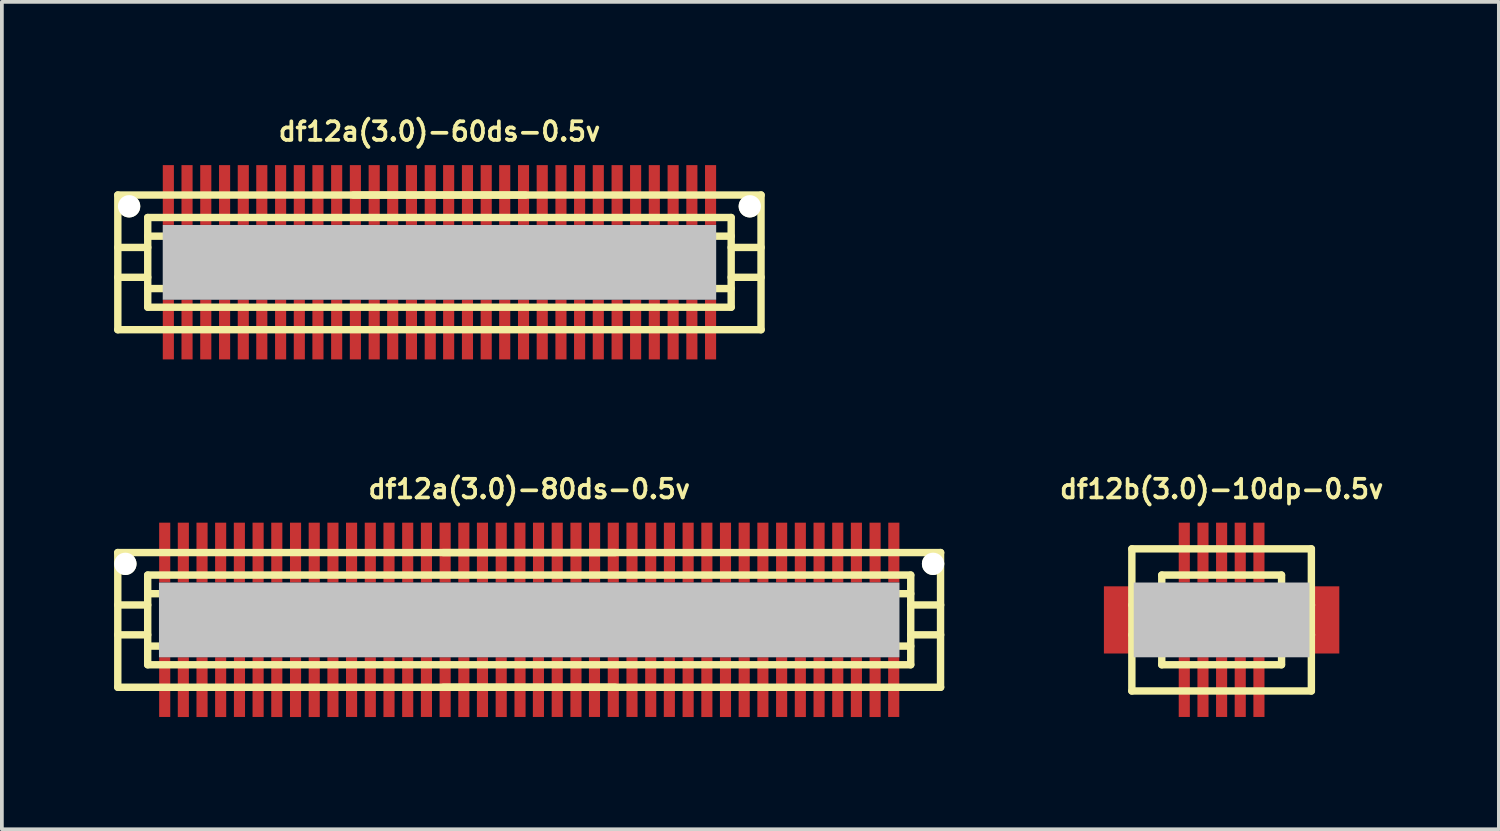
<source format=kicad_pcb>
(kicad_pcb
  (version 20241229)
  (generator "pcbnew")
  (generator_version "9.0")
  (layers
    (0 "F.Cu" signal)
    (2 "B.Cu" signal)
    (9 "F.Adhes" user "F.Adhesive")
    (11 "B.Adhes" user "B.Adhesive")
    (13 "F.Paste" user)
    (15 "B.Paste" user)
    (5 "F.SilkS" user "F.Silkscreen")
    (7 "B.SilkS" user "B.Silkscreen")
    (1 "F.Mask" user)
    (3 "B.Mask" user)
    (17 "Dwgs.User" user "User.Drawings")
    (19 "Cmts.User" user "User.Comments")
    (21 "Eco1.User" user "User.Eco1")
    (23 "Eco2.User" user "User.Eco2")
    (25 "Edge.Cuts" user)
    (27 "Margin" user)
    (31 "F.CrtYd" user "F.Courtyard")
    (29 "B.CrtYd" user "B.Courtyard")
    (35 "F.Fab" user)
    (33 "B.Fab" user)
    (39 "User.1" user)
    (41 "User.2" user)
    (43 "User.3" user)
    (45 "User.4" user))
  (footprint "df12a(3.0)-60ds-0.5v"
    (layer "F.Cu")
    (at 8.7 3.965)
    (property "Reference" "df12a(3.0)-60ds-0.5v" (at 0 -3.5 0) (layer "F.SilkS") (effects (font (size 0.498 0.498) (thickness 0.099))))
    (attr smd)
    (fp_line (start -8.6 -1.801) (end 8.6 -1.801) (stroke (width 0.198) (type solid)) (layer "F.SilkS"))
    (fp_line (start -8.6 1.801) (end -8.6 -1.801) (stroke (width 0.198) (type solid)) (layer "F.SilkS"))
    (fp_line (start -8.6 1.801) (end 8.6 1.801) (stroke (width 0.198) (type solid)) (layer "F.SilkS"))
    (fp_line (start -7.8 -0.701) (end 7.8 -0.701) (stroke (width 0.198) (type solid)) (layer "F.SilkS"))
    (fp_line (start -7.8 -0.399) (end -8.6 -0.399) (stroke (width 0.198) (type solid)) (layer "F.SilkS"))
    (fp_line (start -7.8 0.399) (end -8.6 0.399) (stroke (width 0.198) (type solid)) (layer "F.SilkS"))
    (fp_line (start -7.8 0.701) (end 7.8 0.701) (stroke (width 0.198) (type solid)) (layer "F.SilkS"))
    (fp_line (start -7.8 1.199) (end -7.8 -1.199) (stroke (width 0.198) (type solid)) (layer "F.SilkS"))
    (fp_line (start -2.301 -1.801) (end 2.301 -1.801) (stroke (width 0.198) (type solid)) (layer "F.SilkS"))
    (fp_line (start 7.8 -1.199) (end -7.8 -1.199) (stroke (width 0.198) (type solid)) (layer "F.SilkS"))
    (fp_line (start 7.8 -1.199) (end 7.8 1.199) (stroke (width 0.198) (type solid)) (layer "F.SilkS"))
    (fp_line (start 7.8 -0.399) (end 8.6 -0.399) (stroke (width 0.198) (type solid)) (layer "F.SilkS"))
    (fp_line (start 7.8 1.199) (end -7.8 1.199) (stroke (width 0.198) (type solid)) (layer "F.SilkS"))
    (fp_line (start 8.598 -1.801) (end 8.598 1.801) (stroke (width 0.198) (type solid)) (layer "F.SilkS"))
    (fp_line (start 8.6 0.399) (end 7.8 0.399) (stroke (width 0.198) (type solid)) (layer "F.SilkS"))
    (pad "" np_thru_hole circle (at -8.298 -1.499) (size 0.597 0.597) (drill 0.597) (layers "*.Cu" "*.Mask" "F.SilkS"))
    (pad "" smd rect (at 0 0) (size 14.798 1.999) (layers "Dwgs.User"))
    (pad "" np_thru_hole circle (at 8.298 -1.499) (size 0.597 0.597) (drill 0.597) (layers "*.Cu" "*.Mask" "F.SilkS"))
    (pad "1" smd rect (at -7.249 1.796) (size 0.297 1.598) (layers "F.Cu" "F.Mask" "F.Paste"))
    (pad "2" smd rect (at -6.749 1.796) (size 0.297 1.598) (layers "F.Cu" "F.Mask" "F.Paste"))
    (pad "3" smd rect (at -6.248 1.796) (size 0.297 1.598) (layers "F.Cu" "F.Mask" "F.Paste"))
    (pad "4" smd rect (at -5.745 1.796) (size 0.297 1.598) (layers "F.Cu" "F.Mask" "F.Paste"))
    (pad "5" smd rect (at -5.245 1.796) (size 0.297 1.598) (layers "F.Cu" "F.Mask" "F.Paste"))
    (pad "6" smd rect (at -4.75 1.796) (size 0.297 1.598) (layers "F.Cu" "F.Mask" "F.Paste"))
    (pad "7" smd rect (at -4.247 1.796) (size 0.297 1.598) (layers "F.Cu" "F.Mask" "F.Paste"))
    (pad "8" smd rect (at -3.747 1.796) (size 0.297 1.598) (layers "F.Cu" "F.Mask" "F.Paste"))
    (pad "9" smd rect (at -3.249 1.796) (size 0.297 1.598) (layers "F.Cu" "F.Mask" "F.Paste"))
    (pad "10" smd rect (at -2.748 1.796) (size 0.297 1.598) (layers "F.Cu" "F.Mask" "F.Paste"))
    (pad "11" smd rect (at -2.248 1.796) (size 0.297 1.598) (layers "F.Cu" "F.Mask" "F.Paste"))
    (pad "12" smd rect (at -1.745 1.796) (size 0.297 1.598) (layers "F.Cu" "F.Mask" "F.Paste"))
    (pad "13" smd rect (at -1.25 1.796) (size 0.297 1.598) (layers "F.Cu" "F.Mask" "F.Paste"))
    (pad "14" smd rect (at -0.749 1.796) (size 0.297 1.598) (layers "F.Cu" "F.Mask" "F.Paste"))
    (pad "15" smd rect (at -0.246 1.796) (size 0.297 1.598) (layers "F.Cu" "F.Mask" "F.Paste"))
    (pad "16" smd rect (at 0.246 1.796) (size 0.297 1.598) (layers "F.Cu" "F.Mask" "F.Paste"))
    (pad "17" smd rect (at 0.749 1.796) (size 0.297 1.598) (layers "F.Cu" "F.Mask" "F.Paste"))
    (pad "18" smd rect (at 1.25 1.796) (size 0.297 1.598) (layers "F.Cu" "F.Mask" "F.Paste"))
    (pad "19" smd rect (at 1.745 1.796) (size 0.297 1.598) (layers "F.Cu" "F.Mask" "F.Paste"))
    (pad "20" smd rect (at 2.248 1.796) (size 0.297 1.598) (layers "F.Cu" "F.Mask" "F.Paste"))
    (pad "21" smd rect (at 2.748 1.796) (size 0.297 1.598) (layers "F.Cu" "F.Mask" "F.Paste"))
    (pad "22" smd rect (at 3.249 1.796) (size 0.297 1.598) (layers "F.Cu" "F.Mask" "F.Paste"))
    (pad "23" smd rect (at 3.747 1.796) (size 0.297 1.598) (layers "F.Cu" "F.Mask" "F.Paste"))
    (pad "24" smd rect (at 4.247 1.796) (size 0.297 1.598) (layers "F.Cu" "F.Mask" "F.Paste"))
    (pad "25" smd rect (at 4.75 1.796) (size 0.297 1.598) (layers "F.Cu" "F.Mask" "F.Paste"))
    (pad "26" smd rect (at 5.245 1.796) (size 0.297 1.598) (layers "F.Cu" "F.Mask" "F.Paste"))
    (pad "27" smd rect (at 5.745 1.796) (size 0.297 1.598) (layers "F.Cu" "F.Mask" "F.Paste"))
    (pad "28" smd rect (at 6.248 1.796) (size 0.297 1.598) (layers "F.Cu" "F.Mask" "F.Paste"))
    (pad "29" smd rect (at 6.749 1.796) (size 0.297 1.598) (layers "F.Cu" "F.Mask" "F.Paste"))
    (pad "30" smd rect (at 7.249 1.796) (size 0.297 1.598) (layers "F.Cu" "F.Mask" "F.Paste"))
    (pad "31" smd rect (at 7.249 -1.801) (size 0.297 1.598) (layers "F.Cu" "F.Mask" "F.Paste"))
    (pad "32" smd rect (at 6.749 -1.801) (size 0.297 1.598) (layers "F.Cu" "F.Mask" "F.Paste"))
    (pad "33" smd rect (at 6.248 -1.801) (size 0.297 1.598) (layers "F.Cu" "F.Mask" "F.Paste"))
    (pad "34" smd rect (at 5.745 -1.801) (size 0.297 1.598) (layers "F.Cu" "F.Mask" "F.Paste"))
    (pad "35" smd rect (at 5.245 -1.801) (size 0.297 1.598) (layers "F.Cu" "F.Mask" "F.Paste"))
    (pad "36" smd rect (at 4.75 -1.801) (size 0.297 1.598) (layers "F.Cu" "F.Mask" "F.Paste"))
    (pad "37" smd rect (at 4.247 -1.801) (size 0.297 1.598) (layers "F.Cu" "F.Mask" "F.Paste"))
    (pad "38" smd rect (at 3.747 -1.801) (size 0.297 1.598) (layers "F.Cu" "F.Mask" "F.Paste"))
    (pad "39" smd rect (at 3.249 -1.801) (size 0.297 1.598) (layers "F.Cu" "F.Mask" "F.Paste"))
    (pad "40" smd rect (at 2.748 -1.801) (size 0.297 1.598) (layers "F.Cu" "F.Mask" "F.Paste"))
    (pad "41" smd rect (at 2.248 -1.801) (size 0.297 1.598) (layers "F.Cu" "F.Mask" "F.Paste"))
    (pad "42" smd rect (at 1.745 -1.801) (size 0.297 1.598) (layers "F.Cu" "F.Mask" "F.Paste"))
    (pad "43" smd rect (at 1.25 -1.801) (size 0.297 1.598) (layers "F.Cu" "F.Mask" "F.Paste"))
    (pad "44" smd rect (at 0.749 -1.801) (size 0.297 1.598) (layers "F.Cu" "F.Mask" "F.Paste"))
    (pad "45" smd rect (at 0.246 -1.801) (size 0.297 1.598) (layers "F.Cu" "F.Mask" "F.Paste"))
    (pad "46" smd rect (at -0.246 -1.801) (size 0.297 1.598) (layers "F.Cu" "F.Mask" "F.Paste"))
    (pad "47" smd rect (at -0.749 -1.801) (size 0.297 1.598) (layers "F.Cu" "F.Mask" "F.Paste"))
    (pad "48" smd rect (at -1.25 -1.801) (size 0.297 1.598) (layers "F.Cu" "F.Mask" "F.Paste"))
    (pad "49" smd rect (at -1.745 -1.801) (size 0.297 1.598) (layers "F.Cu" "F.Mask" "F.Paste"))
    (pad "50" smd rect (at -2.248 -1.801) (size 0.297 1.598) (layers "F.Cu" "F.Mask" "F.Paste"))
    (pad "51" smd rect (at -2.748 -1.801) (size 0.297 1.598) (layers "F.Cu" "F.Mask" "F.Paste"))
    (pad "52" smd rect (at -3.249 -1.801) (size 0.297 1.598) (layers "F.Cu" "F.Mask" "F.Paste"))
    (pad "53" smd rect (at -3.747 -1.801) (size 0.297 1.598) (layers "F.Cu" "F.Mask" "F.Paste"))
    (pad "54" smd rect (at -4.247 -1.801) (size 0.297 1.598) (layers "F.Cu" "F.Mask" "F.Paste"))
    (pad "55" smd rect (at -4.75 -1.801) (size 0.297 1.598) (layers "F.Cu" "F.Mask" "F.Paste"))
    (pad "56" smd rect (at -5.245 -1.801) (size 0.297 1.598) (layers "F.Cu" "F.Mask" "F.Paste"))
    (pad "57" smd rect (at -5.745 -1.801) (size 0.297 1.598) (layers "F.Cu" "F.Mask" "F.Paste"))
    (pad "58" smd rect (at -6.248 -1.801) (size 0.297 1.598) (layers "F.Cu" "F.Mask" "F.Paste"))
    (pad "59" smd rect (at -6.749 -1.801) (size 0.297 1.598) (layers "F.Cu" "F.Mask" "F.Paste"))
    (pad "60" smd rect (at -7.249 -1.801) (size 0.297 1.598) (layers "F.Cu" "F.Mask" "F.Paste")))
  (footprint "df12b(3.0)-10dp-0.5v"
    (layer "F.Cu")
    (at 29.613 13.525)
    (property "Reference" "df12b(3.0)-10dp-0.5v" (at 0 -3.5 0) (layer "F.SilkS") (effects (font (size 0.498 0.498) (thickness 0.099))))
    (attr smd)
    (fp_line (start -2.4 -1.9) (end -2.4 1.9) (stroke (width 0.198) (type solid)) (layer "F.SilkS"))
    (fp_line (start -2.4 -1.9) (end 2.4 -1.9) (stroke (width 0.198) (type solid)) (layer "F.SilkS"))
    (fp_line (start -1.6 -0.399) (end -2.4 -0.399) (stroke (width 0.198) (type solid)) (layer "F.SilkS"))
    (fp_line (start -1.6 0.399) (end -2.4 0.399) (stroke (width 0.198) (type solid)) (layer "F.SilkS"))
    (fp_line (start -1.6 1.199) (end -1.6 -1.199) (stroke (width 0.198) (type solid)) (layer "F.SilkS"))
    (fp_line (start -1.6 1.199) (end 1.6 1.199) (stroke (width 0.198) (type solid)) (layer "F.SilkS"))
    (fp_line (start 1.6 -1.199) (end -1.6 -1.199) (stroke (width 0.198) (type solid)) (layer "F.SilkS"))
    (fp_line (start 1.603 -1.199) (end 1.603 1.199) (stroke (width 0.198) (type solid)) (layer "F.SilkS"))
    (fp_line (start 1.603 -0.399) (end 2.403 -0.399) (stroke (width 0.198) (type solid)) (layer "F.SilkS"))
    (fp_line (start 2.4 1.9) (end -2.4 1.9) (stroke (width 0.198) (type solid)) (layer "F.SilkS"))
    (fp_line (start 2.4 1.9) (end 2.4 -1.9) (stroke (width 0.198) (type solid)) (layer "F.SilkS"))
    (fp_line (start 2.403 0.399) (end 1.603 0.399) (stroke (width 0.198) (type solid)) (layer "F.SilkS"))
    (pad "" smd rect (at -2.748 0) (size 0.798 1.796) (layers "F.Cu" "F.Mask" "F.Paste"))
    (pad "" smd rect (at 0 0) (size 4.699 1.999) (layers "Dwgs.User"))
    (pad "" smd rect (at 2.748 0) (size 0.798 1.796) (layers "F.Cu" "F.Mask" "F.Paste"))
    (pad "1" smd rect (at 0.998 1.796) (size 0.297 1.598) (layers "F.Cu" "F.Mask" "F.Paste"))
    (pad "2" smd rect (at 0.498 1.796) (size 0.297 1.598) (layers "F.Cu" "F.Mask" "F.Paste"))
    (pad "3" smd rect (at 0 1.796) (size 0.297 1.598) (layers "F.Cu" "F.Mask" "F.Paste"))
    (pad "4" smd rect (at -0.498 1.796) (size 0.297 1.598) (layers "F.Cu" "F.Mask" "F.Paste"))
    (pad "5" smd rect (at -0.998 1.796) (size 0.297 1.598) (layers "F.Cu" "F.Mask" "F.Paste"))
    (pad "6" smd rect (at -0.998 -1.801) (size 0.297 1.598) (layers "F.Cu" "F.Mask" "F.Paste"))
    (pad "7" smd rect (at -0.498 -1.801) (size 0.297 1.598) (layers "F.Cu" "F.Mask" "F.Paste"))
    (pad "8" smd rect (at 0 -1.801) (size 0.297 1.598) (layers "F.Cu" "F.Mask" "F.Paste"))
    (pad "9" smd rect (at 0.498 -1.801) (size 0.297 1.598) (layers "F.Cu" "F.Mask" "F.Paste"))
    (pad "10" smd rect (at 0.998 -1.801) (size 0.297 1.598) (layers "F.Cu" "F.Mask" "F.Paste")))
  (footprint "df12a(3.0)-80ds-0.5v"
    (layer "F.Cu")
    (at 11.1 13.525)
    (property "Reference" "df12a(3.0)-80ds-0.5v" (at 0 -3.5 0) (layer "F.SilkS") (effects (font (size 0.498 0.498) (thickness 0.099))))
    (attr smd)
    (fp_line (start -11.001 -1.801) (end 11.001 -1.801) (stroke (width 0.198) (type solid)) (layer "F.SilkS"))
    (fp_line (start -11.001 1.801) (end -11.001 -1.801) (stroke (width 0.198) (type solid)) (layer "F.SilkS"))
    (fp_line (start -10.201 -0.399) (end -11.001 -0.399) (stroke (width 0.198) (type solid)) (layer "F.SilkS"))
    (fp_line (start -10.201 0.399) (end -11.001 0.399) (stroke (width 0.198) (type solid)) (layer "F.SilkS"))
    (fp_line (start -10.201 0.701) (end 10.201 0.701) (stroke (width 0.198) (type solid)) (layer "F.SilkS"))
    (fp_line (start -10.201 1.199) (end -10.201 -1.199) (stroke (width 0.198) (type solid)) (layer "F.SilkS"))
    (fp_line (start -10.201 1.199) (end 10.201 1.199) (stroke (width 0.198) (type solid)) (layer "F.SilkS"))
    (fp_line (start -2.301 -1.801) (end 2.301 -1.801) (stroke (width 0.198) (type solid)) (layer "F.SilkS"))
    (fp_line (start 2.301 1.801) (end -2.301 1.801) (stroke (width 0.198) (type solid)) (layer "F.SilkS"))
    (fp_line (start 10.201 -1.199) (end -10.201 -1.199) (stroke (width 0.198) (type solid)) (layer "F.SilkS"))
    (fp_line (start 10.201 -1.199) (end 10.201 1.199) (stroke (width 0.198) (type solid)) (layer "F.SilkS"))
    (fp_line (start 10.201 -0.701) (end -10.201 -0.701) (stroke (width 0.198) (type solid)) (layer "F.SilkS"))
    (fp_line (start 10.201 -0.399) (end 11.001 -0.399) (stroke (width 0.198) (type solid)) (layer "F.SilkS"))
    (fp_line (start 10.998 -1.801) (end 10.998 1.801) (stroke (width 0.198) (type solid)) (layer "F.SilkS"))
    (fp_line (start 11.001 0.399) (end 10.201 0.399) (stroke (width 0.198) (type solid)) (layer "F.SilkS"))
    (fp_line (start 11.001 1.801) (end -11.001 1.801) (stroke (width 0.198) (type solid)) (layer "F.SilkS"))
    (pad "" np_thru_hole circle (at -10.798 -1.499) (size 0.597 0.597) (drill 0.597) (layers "*.Cu" "*.Mask" "F.SilkS"))
    (pad "" smd rect (at 0 0) (size 19.799 1.999) (layers "Dwgs.User"))
    (pad "" np_thru_hole circle (at 10.798 -1.499) (size 0.597 0.597) (drill 0.597) (layers "*.Cu" "*.Mask" "F.SilkS"))
    (pad "1" smd rect (at -9.746 1.796) (size 0.297 1.598) (layers "F.Cu" "F.Mask" "F.Paste"))
    (pad "2" smd rect (at -9.248 1.798) (size 0.297 1.598) (layers "F.Cu" "F.Mask" "F.Paste"))
    (pad "3" smd rect (at -8.748 1.798) (size 0.297 1.598) (layers "F.Cu" "F.Mask" "F.Paste"))
    (pad "4" smd rect (at -8.25 1.798) (size 0.297 1.598) (layers "F.Cu" "F.Mask" "F.Paste"))
    (pad "5" smd rect (at -7.747 1.796) (size 0.297 1.598) (layers "F.Cu" "F.Mask" "F.Paste"))
    (pad "6" smd rect (at -7.249 1.796) (size 0.297 1.598) (layers "F.Cu" "F.Mask" "F.Paste"))
    (pad "7" smd rect (at -6.749 1.798) (size 0.297 1.598) (layers "F.Cu" "F.Mask" "F.Paste"))
    (pad "8" smd rect (at -6.248 1.798) (size 0.297 1.598) (layers "F.Cu" "F.Mask" "F.Paste"))
    (pad "9" smd rect (at -5.748 1.798) (size 0.297 1.598) (layers "F.Cu" "F.Mask" "F.Paste"))
    (pad "10" smd rect (at -5.248 1.798) (size 0.297 1.598) (layers "F.Cu" "F.Mask" "F.Paste"))
    (pad "11" smd rect (at -4.75 1.796) (size 0.297 1.598) (layers "F.Cu" "F.Mask" "F.Paste"))
    (pad "12" smd rect (at -4.249 1.798) (size 0.297 1.598) (layers "F.Cu" "F.Mask" "F.Paste"))
    (pad "13" smd rect (at -3.749 1.798) (size 0.297 1.598) (layers "F.Cu" "F.Mask" "F.Paste"))
    (pad "14" smd rect (at -3.249 1.798) (size 0.297 1.598) (layers "F.Cu" "F.Mask" "F.Paste"))
    (pad "15" smd rect (at -2.748 1.796) (size 0.297 1.598) (layers "F.Cu" "F.Mask" "F.Paste"))
    (pad "16" smd rect (at -2.248 1.798) (size 0.297 1.598) (layers "F.Cu" "F.Mask" "F.Paste"))
    (pad "17" smd rect (at -1.748 1.798) (size 0.297 1.598) (layers "F.Cu" "F.Mask" "F.Paste"))
    (pad "18" smd rect (at -1.25 1.798) (size 0.297 1.598) (layers "F.Cu" "F.Mask" "F.Paste"))
    (pad "19" smd rect (at -0.749 1.798) (size 0.297 1.598) (layers "F.Cu" "F.Mask" "F.Paste"))
    (pad "20" smd rect (at -0.246 1.796) (size 0.297 1.598) (layers "F.Cu" "F.Mask" "F.Paste"))
    (pad "21" smd rect (at 0.246 1.796) (size 0.297 1.598) (layers "F.Cu" "F.Mask" "F.Paste"))
    (pad "22" smd rect (at 0.749 1.796) (size 0.297 1.598) (layers "F.Cu" "F.Mask" "F.Paste"))
    (pad "23" smd rect (at 1.25 1.796) (size 0.297 1.598) (layers "F.Cu" "F.Mask" "F.Paste"))
    (pad "24" smd rect (at 1.745 1.796) (size 0.297 1.598) (layers "F.Cu" "F.Mask" "F.Paste"))
    (pad "25" smd rect (at 2.248 1.796) (size 0.297 1.598) (layers "F.Cu" "F.Mask" "F.Paste"))
    (pad "26" smd rect (at 2.748 1.796) (size 0.297 1.598) (layers "F.Cu" "F.Mask" "F.Paste"))
    (pad "27" smd rect (at 3.249 1.796) (size 0.297 1.598) (layers "F.Cu" "F.Mask" "F.Paste"))
    (pad "28" smd rect (at 3.747 1.796) (size 0.297 1.598) (layers "F.Cu" "F.Mask" "F.Paste"))
    (pad "29" smd rect (at 4.249 1.798) (size 0.297 1.598) (layers "F.Cu" "F.Mask" "F.Paste"))
    (pad "30" smd rect (at 4.75 1.798) (size 0.297 1.598) (layers "F.Cu" "F.Mask" "F.Paste"))
    (pad "31" smd rect (at 5.248 1.798) (size 0.297 1.598) (layers "F.Cu" "F.Mask" "F.Paste"))
    (pad "32" smd rect (at 5.748 1.798) (size 0.297 1.598) (layers "F.Cu" "F.Mask" "F.Paste"))
    (pad "33" smd rect (at 6.248 1.798) (size 0.297 1.598) (layers "F.Cu" "F.Mask" "F.Paste"))
    (pad "34" smd rect (at 6.749 1.796) (size 0.297 1.598) (layers "F.Cu" "F.Mask" "F.Paste"))
    (pad "35" smd rect (at 7.249 1.798) (size 0.297 1.598) (layers "F.Cu" "F.Mask" "F.Paste"))
    (pad "36" smd rect (at 7.75 1.798) (size 0.297 1.598) (layers "F.Cu" "F.Mask" "F.Paste"))
    (pad "37" smd rect (at 8.25 1.798) (size 0.297 1.598) (layers "F.Cu" "F.Mask" "F.Paste"))
    (pad "38" smd rect (at 8.748 1.798) (size 0.297 1.598) (layers "F.Cu" "F.Mask" "F.Paste"))
    (pad "39" smd rect (at 9.248 1.798) (size 0.297 1.598) (layers "F.Cu" "F.Mask" "F.Paste"))
    (pad "40" smd rect (at 9.746 1.796) (size 0.297 1.598) (layers "F.Cu" "F.Mask" "F.Paste"))
    (pad "41" smd rect (at 9.749 -1.801) (size 0.297 1.598) (layers "F.Cu" "F.Mask" "F.Paste"))
    (pad "42" smd rect (at 9.248 -1.801) (size 0.297 1.598) (layers "F.Cu" "F.Mask" "F.Paste"))
    (pad "43" smd rect (at 8.748 -1.801) (size 0.297 1.598) (layers "F.Cu" "F.Mask" "F.Paste"))
    (pad "44" smd rect (at 8.25 -1.801) (size 0.297 1.598) (layers "F.Cu" "F.Mask" "F.Paste"))
    (pad "45" smd rect (at 7.75 -1.801) (size 0.297 1.598) (layers "F.Cu" "F.Mask" "F.Paste"))
    (pad "46" smd rect (at 7.249 -1.801) (size 0.297 1.598) (layers "F.Cu" "F.Mask" "F.Paste"))
    (pad "47" smd rect (at 6.749 -1.801) (size 0.297 1.598) (layers "F.Cu" "F.Mask" "F.Paste"))
    (pad "48" smd rect (at 6.248 -1.801) (size 0.297 1.598) (layers "F.Cu" "F.Mask" "F.Paste"))
    (pad "49" smd rect (at 5.748 -1.801) (size 0.297 1.598) (layers "F.Cu" "F.Mask" "F.Paste"))
    (pad "50" smd rect (at 5.248 -1.801) (size 0.297 1.598) (layers "F.Cu" "F.Mask" "F.Paste"))
    (pad "51" smd rect (at 4.75 -1.801) (size 0.297 1.598) (layers "F.Cu" "F.Mask" "F.Paste"))
    (pad "52" smd rect (at 4.249 -1.801) (size 0.297 1.598) (layers "F.Cu" "F.Mask" "F.Paste"))
    (pad "53" smd rect (at 3.749 -1.801) (size 0.297 1.598) (layers "F.Cu" "F.Mask" "F.Paste"))
    (pad "54" smd rect (at 3.249 -1.801) (size 0.297 1.598) (layers "F.Cu" "F.Mask" "F.Paste"))
    (pad "55" smd rect (at 2.748 -1.801) (size 0.297 1.598) (layers "F.Cu" "F.Mask" "F.Paste"))
    (pad "56" smd rect (at 2.248 -1.801) (size 0.297 1.598) (layers "F.Cu" "F.Mask" "F.Paste"))
    (pad "57" smd rect (at 1.748 -1.801) (size 0.297 1.598) (layers "F.Cu" "F.Mask" "F.Paste"))
    (pad "58" smd rect (at 1.25 -1.801) (size 0.297 1.598) (layers "F.Cu" "F.Mask" "F.Paste"))
    (pad "59" smd rect (at 0.749 -1.801) (size 0.297 1.598) (layers "F.Cu" "F.Mask" "F.Paste"))
    (pad "60" smd rect (at 0.249 -1.801) (size 0.297 1.598) (layers "F.Cu" "F.Mask" "F.Paste"))
    (pad "61" smd rect (at -0.249 -1.801) (size 0.297 1.598) (layers "F.Cu" "F.Mask" "F.Paste"))
    (pad "62" smd rect (at -0.749 -1.801) (size 0.297 1.598) (layers "F.Cu" "F.Mask" "F.Paste"))
    (pad "63" smd rect (at -1.25 -1.801) (size 0.297 1.598) (layers "F.Cu" "F.Mask" "F.Paste"))
    (pad "64" smd rect (at -1.748 -1.801) (size 0.297 1.598) (layers "F.Cu" "F.Mask" "F.Paste"))
    (pad "65" smd rect (at -2.248 -1.801) (size 0.297 1.598) (layers "F.Cu" "F.Mask" "F.Paste"))
    (pad "66" smd rect (at -2.748 -1.801) (size 0.297 1.598) (layers "F.Cu" "F.Mask" "F.Paste"))
    (pad "67" smd rect (at -3.249 -1.801) (size 0.297 1.598) (layers "F.Cu" "F.Mask" "F.Paste"))
    (pad "68" smd rect (at -3.749 -1.801) (size 0.297 1.598) (layers "F.Cu" "F.Mask" "F.Paste"))
    (pad "69" smd rect (at -4.249 -1.801) (size 0.297 1.598) (layers "F.Cu" "F.Mask" "F.Paste"))
    (pad "70" smd rect (at -4.75 -1.801) (size 0.297 1.598) (layers "F.Cu" "F.Mask" "F.Paste"))
    (pad "71" smd rect (at -5.248 -1.801) (size 0.297 1.598) (layers "F.Cu" "F.Mask" "F.Paste"))
    (pad "72" smd rect (at -5.748 -1.801) (size 0.297 1.598) (layers "F.Cu" "F.Mask" "F.Paste"))
    (pad "73" smd rect (at -6.248 -1.801) (size 0.297 1.598) (layers "F.Cu" "F.Mask" "F.Paste"))
    (pad "74" smd rect (at -6.749 -1.801) (size 0.297 1.598) (layers "F.Cu" "F.Mask" "F.Paste"))
    (pad "75" smd rect (at -7.249 -1.801) (size 0.297 1.598) (layers "F.Cu" "F.Mask" "F.Paste"))
    (pad "76" smd rect (at -7.75 -1.801) (size 0.297 1.598) (layers "F.Cu" "F.Mask" "F.Paste"))
    (pad "77" smd rect (at -8.25 -1.801) (size 0.297 1.598) (layers "F.Cu" "F.Mask" "F.Paste"))
    (pad "78" smd rect (at -8.748 -1.801) (size 0.297 1.598) (layers "F.Cu" "F.Mask" "F.Paste"))
    (pad "79" smd rect (at -9.248 -1.801) (size 0.297 1.598) (layers "F.Cu" "F.Mask" "F.Paste"))
    (pad "80" smd rect (at -9.746 -1.801) (size 0.297 1.598) (layers "F.Cu" "F.Mask" "F.Paste")))
  (gr_rect
    (start -3 -3)
    (end 37.026 19.122)
    (stroke (width 0.1) (type default))
    (fill no)
    (layer "Edge.Cuts")))
</source>
